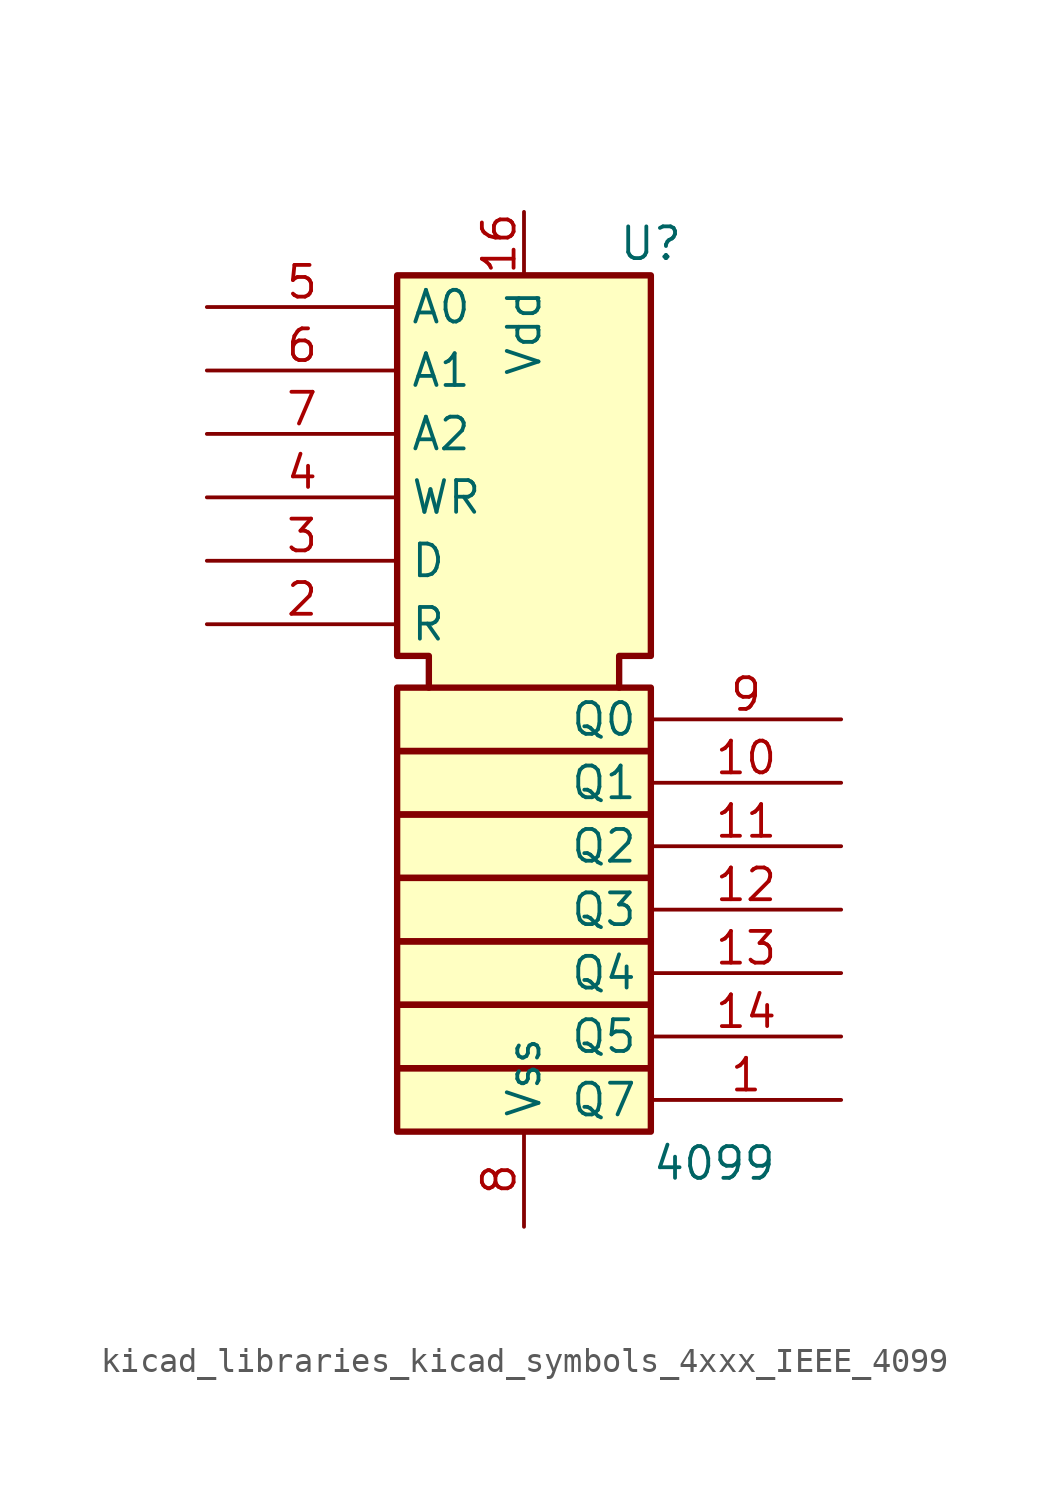
<source format=kicad_sym>
(kicad_symbol_lib
  (version 20220914)
  (generator kicad_symbol_editor)
  (symbol "kicad_libraries_kicad_symbols_4xxx_IEEE_4099"
    (property "Reference" "U"
      (at 5.08 19.05 0)
      (effects (font (size 1.27 1.27))))
    (property "Value" "4099"
      (at 7.62 -17.78 0)
      (effects (font (size 1.27 1.27))))
    (symbol "kicad_libraries_kicad_symbols_4xxx_IEEE_4099_0_1"
      (rectangle (start -5.08 -13.97) (end 5.08 -16.51) (stroke (width 0.254) (type default)) (fill (type background)))
      (rectangle (start -5.08 -11.43) (end 5.08 -13.97) (stroke (width 0.254) (type default)) (fill (type background)))
      (rectangle (start -5.08 -8.89) (end 5.08 -11.43) (stroke (width 0.254) (type default)) (fill (type background)))
      (rectangle (start -5.08 -6.35) (end 5.08 -8.89) (stroke (width 0.254) (type default)) (fill (type background)))
      (rectangle (start -5.08 -3.81) (end 5.08 -6.35) (stroke (width 0.254) (type default)) (fill (type background)))
      (rectangle (start -5.08 -1.27) (end 5.08 -3.81) (stroke (width 0.254) (type default)) (fill (type background)))
      (rectangle (start -5.08 1.27) (end 5.08 -1.27) (stroke (width 0.254) (type default)) (fill (type background)))
      (polyline (pts (xy 3.81 1.27) (xy 3.81 2.54) (xy 5.08 2.54) (xy 5.08 17.78) (xy -5.08 17.78) (xy -5.08 2.54) (xy -3.81 2.54) (xy -3.81 1.27)) (stroke (width 0.254) (type default)) (fill (type background))))
    (symbol "kicad_libraries_kicad_symbols_4xxx_IEEE_4099_1_1"
      (pin output line (at 12.7 -15.24 180) (length 7.62) (name "Q7" (effects (font (size 1.27 1.27)))) (number "1" (effects (font (size 1.27 1.27)))))
      (pin output line (at 12.7 -2.54 180) (length 7.62) (name "Q1" (effects (font (size 1.27 1.27)))) (number "10" (effects (font (size 1.27 1.27)))))
      (pin output line (at 12.7 -5.08 180) (length 7.62) (name "Q2" (effects (font (size 1.27 1.27)))) (number "11" (effects (font (size 1.27 1.27)))))
      (pin output line (at 12.7 -7.62 180) (length 7.62) (name "Q3" (effects (font (size 1.27 1.27)))) (number "12" (effects (font (size 1.27 1.27)))))
      (pin output line (at 12.7 -10.16 180) (length 7.62) (name "Q4" (effects (font (size 1.27 1.27)))) (number "13" (effects (font (size 1.27 1.27)))))
      (pin output line (at 12.7 -12.7 180) (length 7.62) (name "Q5" (effects (font (size 1.27 1.27)))) (number "14" (effects (font (size 1.27 1.27)))))
      (pin power_in line (at 0 20.32 270) (length 2.54) (name "Vdd" (effects (font (size 1.27 1.27)))) (number "16" (effects (font (size 1.27 1.27)))))
      (pin input line (at -12.7 3.81 0) (length 7.62) (name "R" (effects (font (size 1.27 1.27)))) (number "2" (effects (font (size 1.27 1.27)))))
      (pin input line (at -12.7 6.35 0) (length 7.62) (name "D" (effects (font (size 1.27 1.27)))) (number "3" (effects (font (size 1.27 1.27)))))
      (pin input line (at -12.7 8.89 0) (length 7.62) (name "WR" (effects (font (size 1.27 1.27)))) (number "4" (effects (font (size 1.27 1.27)))))
      (pin input line (at -12.7 16.51 0) (length 7.62) (name "A0" (effects (font (size 1.27 1.27)))) (number "5" (effects (font (size 1.27 1.27)))))
      (pin input line (at -12.7 13.97 0) (length 7.62) (name "A1" (effects (font (size 1.27 1.27)))) (number "6" (effects (font (size 1.27 1.27)))))
      (pin input line (at -12.7 11.43 0) (length 7.62) (name "A2" (effects (font (size 1.27 1.27)))) (number "7" (effects (font (size 1.27 1.27)))))
      (pin power_in line (at 0 -20.32 90) (length 3.81) (name "Vss" (effects (font (size 1.27 1.27)))) (number "8" (effects (font (size 1.27 1.27)))))
      (pin output line (at 12.7 0 180) (length 7.62) (name "Q0" (effects (font (size 1.27 1.27)))) (number "9" (effects (font (size 1.27 1.27))))))))
</source>
